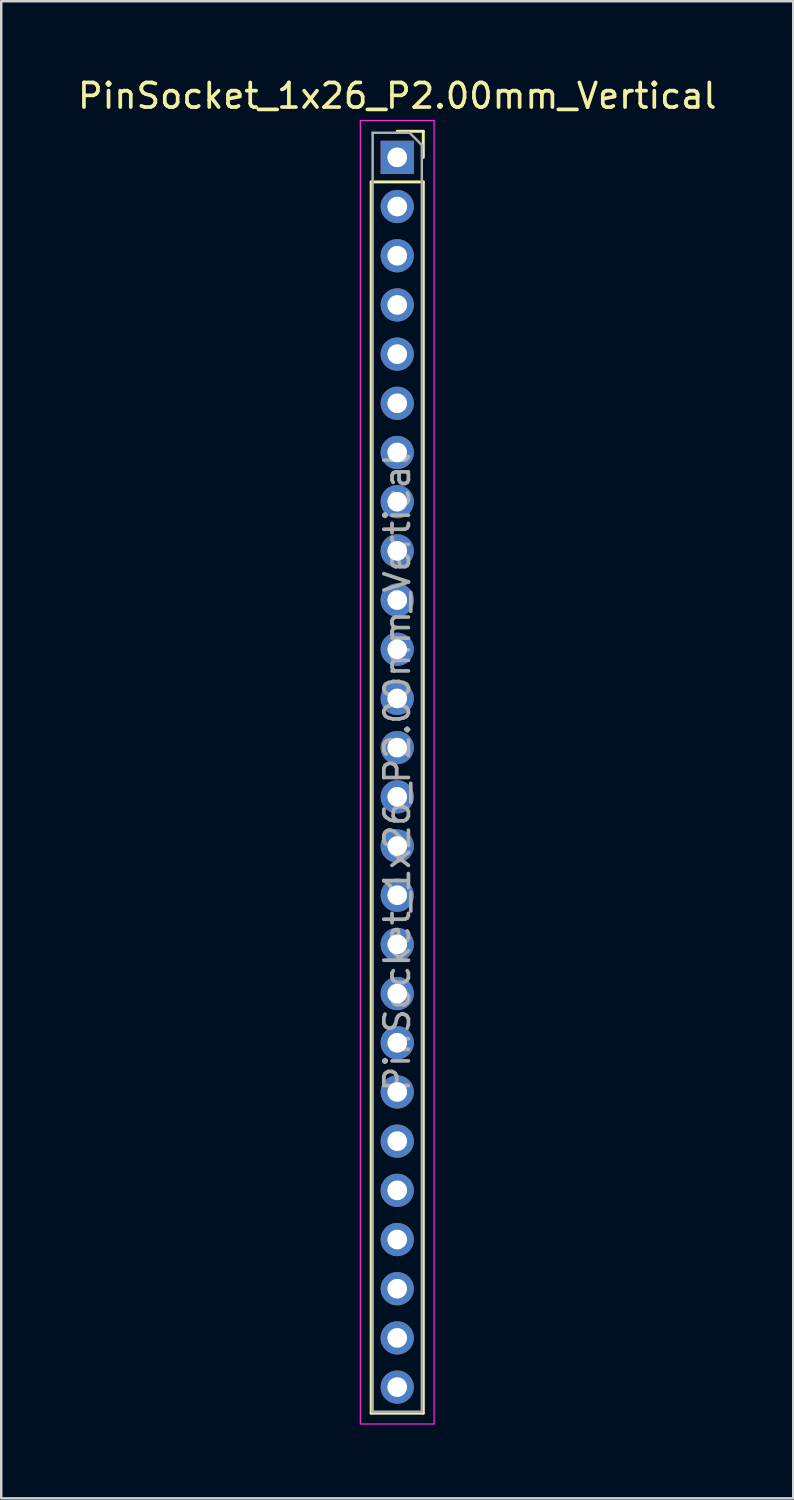
<source format=kicad_pcb>
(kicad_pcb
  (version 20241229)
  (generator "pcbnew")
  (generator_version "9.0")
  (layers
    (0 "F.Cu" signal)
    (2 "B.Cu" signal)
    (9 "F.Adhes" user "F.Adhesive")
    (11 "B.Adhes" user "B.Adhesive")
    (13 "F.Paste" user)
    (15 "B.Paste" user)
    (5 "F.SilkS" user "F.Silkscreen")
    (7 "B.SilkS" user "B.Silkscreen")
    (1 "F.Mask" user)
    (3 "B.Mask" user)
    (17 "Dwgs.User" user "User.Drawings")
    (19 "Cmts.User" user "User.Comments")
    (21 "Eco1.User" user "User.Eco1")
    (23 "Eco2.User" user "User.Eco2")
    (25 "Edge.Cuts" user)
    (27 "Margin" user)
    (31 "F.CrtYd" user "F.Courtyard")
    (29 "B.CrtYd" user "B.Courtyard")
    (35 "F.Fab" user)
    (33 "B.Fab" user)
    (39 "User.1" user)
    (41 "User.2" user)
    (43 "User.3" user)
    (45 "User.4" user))
  (footprint "PinSocket_1x26_P2.00mm_Vertical"
    (layer "F.Cu")
    (at 13.101 3.348)
    (property "Reference" "PinSocket_1x26_P2.00mm_Vertical" (at 0 -2.5 0) (layer "F.SilkS") (effects (font (size 1 1) (thickness 0.15))))
    (attr through_hole)
    (fp_line (start -1.06 1) (end -1.06 51.06) (stroke (width 0.12) (type solid)) (layer "F.SilkS"))
    (fp_line (start -1.06 1) (end 1.06 1) (stroke (width 0.12) (type solid)) (layer "F.SilkS"))
    (fp_line (start -1.06 51.06) (end 1.06 51.06) (stroke (width 0.12) (type solid)) (layer "F.SilkS"))
    (fp_line (start 0 -1.06) (end 1.06 -1.06) (stroke (width 0.12) (type solid)) (layer "F.SilkS"))
    (fp_line (start 1.06 -1.06) (end 1.06 0) (stroke (width 0.12) (type solid)) (layer "F.SilkS"))
    (fp_line (start 1.06 1) (end 1.06 51.06) (stroke (width 0.12) (type solid)) (layer "F.SilkS"))
    (fp_line (start -1.5 -1.5) (end 1.5 -1.5) (stroke (width 0.05) (type solid)) (layer "F.CrtYd"))
    (fp_line (start -1.5 51.5) (end -1.5 -1.5) (stroke (width 0.05) (type solid)) (layer "F.CrtYd"))
    (fp_line (start 1.5 -1.5) (end 1.5 51.5) (stroke (width 0.05) (type solid)) (layer "F.CrtYd"))
    (fp_line (start 1.5 51.5) (end -1.5 51.5) (stroke (width 0.05) (type solid)) (layer "F.CrtYd"))
    (fp_line (start -1 -1) (end 0.5 -1) (stroke (width 0.1) (type solid)) (layer "F.Fab"))
    (fp_line (start -1 51) (end -1 -1) (stroke (width 0.1) (type solid)) (layer "F.Fab"))
    (fp_line (start 0.5 -1) (end 1 -0.5) (stroke (width 0.1) (type solid)) (layer "F.Fab"))
    (fp_line (start 1 -0.5) (end 1 51) (stroke (width 0.1) (type solid)) (layer "F.Fab"))
    (fp_line (start 1 51) (end -1 51) (stroke (width 0.1) (type solid)) (layer "F.Fab"))
    (fp_text user "${REFERENCE}" (at 0 25 90) (layer "F.Fab") (effects (font (size 1 1) (thickness 0.15))))
    (pad "1" thru_hole rect (at 0 0) (size 1.35 1.35) (drill 0.8) (layers "*.Cu" "*.Mask"))
    (pad "2" thru_hole circle (at 0 2) (size 1.35 1.35) (drill 0.8) (layers "*.Cu" "*.Mask"))
    (pad "3" thru_hole circle (at 0 4) (size 1.35 1.35) (drill 0.8) (layers "*.Cu" "*.Mask"))
    (pad "4" thru_hole circle (at 0 6) (size 1.35 1.35) (drill 0.8) (layers "*.Cu" "*.Mask"))
    (pad "5" thru_hole circle (at 0 8) (size 1.35 1.35) (drill 0.8) (layers "*.Cu" "*.Mask"))
    (pad "6" thru_hole circle (at 0 10) (size 1.35 1.35) (drill 0.8) (layers "*.Cu" "*.Mask"))
    (pad "7" thru_hole circle (at 0 12) (size 1.35 1.35) (drill 0.8) (layers "*.Cu" "*.Mask"))
    (pad "8" thru_hole circle (at 0 14) (size 1.35 1.35) (drill 0.8) (layers "*.Cu" "*.Mask"))
    (pad "9" thru_hole circle (at 0 16) (size 1.35 1.35) (drill 0.8) (layers "*.Cu" "*.Mask"))
    (pad "10" thru_hole circle (at 0 18) (size 1.35 1.35) (drill 0.8) (layers "*.Cu" "*.Mask"))
    (pad "11" thru_hole circle (at 0 20) (size 1.35 1.35) (drill 0.8) (layers "*.Cu" "*.Mask"))
    (pad "12" thru_hole circle (at 0 22) (size 1.35 1.35) (drill 0.8) (layers "*.Cu" "*.Mask"))
    (pad "13" thru_hole circle (at 0 24) (size 1.35 1.35) (drill 0.8) (layers "*.Cu" "*.Mask"))
    (pad "14" thru_hole circle (at 0 26) (size 1.35 1.35) (drill 0.8) (layers "*.Cu" "*.Mask"))
    (pad "15" thru_hole circle (at 0 28) (size 1.35 1.35) (drill 0.8) (layers "*.Cu" "*.Mask"))
    (pad "16" thru_hole circle (at 0 30) (size 1.35 1.35) (drill 0.8) (layers "*.Cu" "*.Mask"))
    (pad "17" thru_hole circle (at 0 32) (size 1.35 1.35) (drill 0.8) (layers "*.Cu" "*.Mask"))
    (pad "18" thru_hole circle (at 0 34) (size 1.35 1.35) (drill 0.8) (layers "*.Cu" "*.Mask"))
    (pad "19" thru_hole circle (at 0 36) (size 1.35 1.35) (drill 0.8) (layers "*.Cu" "*.Mask"))
    (pad "20" thru_hole circle (at 0 38) (size 1.35 1.35) (drill 0.8) (layers "*.Cu" "*.Mask"))
    (pad "21" thru_hole circle (at 0 40) (size 1.35 1.35) (drill 0.8) (layers "*.Cu" "*.Mask"))
    (pad "22" thru_hole circle (at 0 42) (size 1.35 1.35) (drill 0.8) (layers "*.Cu" "*.Mask"))
    (pad "23" thru_hole circle (at 0 44) (size 1.35 1.35) (drill 0.8) (layers "*.Cu" "*.Mask"))
    (pad "24" thru_hole circle (at 0 46) (size 1.35 1.35) (drill 0.8) (layers "*.Cu" "*.Mask"))
    (pad "25" thru_hole circle (at 0 48) (size 1.35 1.35) (drill 0.8) (layers "*.Cu" "*.Mask"))
    (pad "26" thru_hole circle (at 0 50) (size 1.35 1.35) (drill 0.8) (layers "*.Cu" "*.Mask")))
  (gr_rect
    (start -3 -3)
    (end 29.202 57.873)
    (stroke (width 0.1) (type default))
    (fill no)
    (layer "Edge.Cuts")))
</source>
